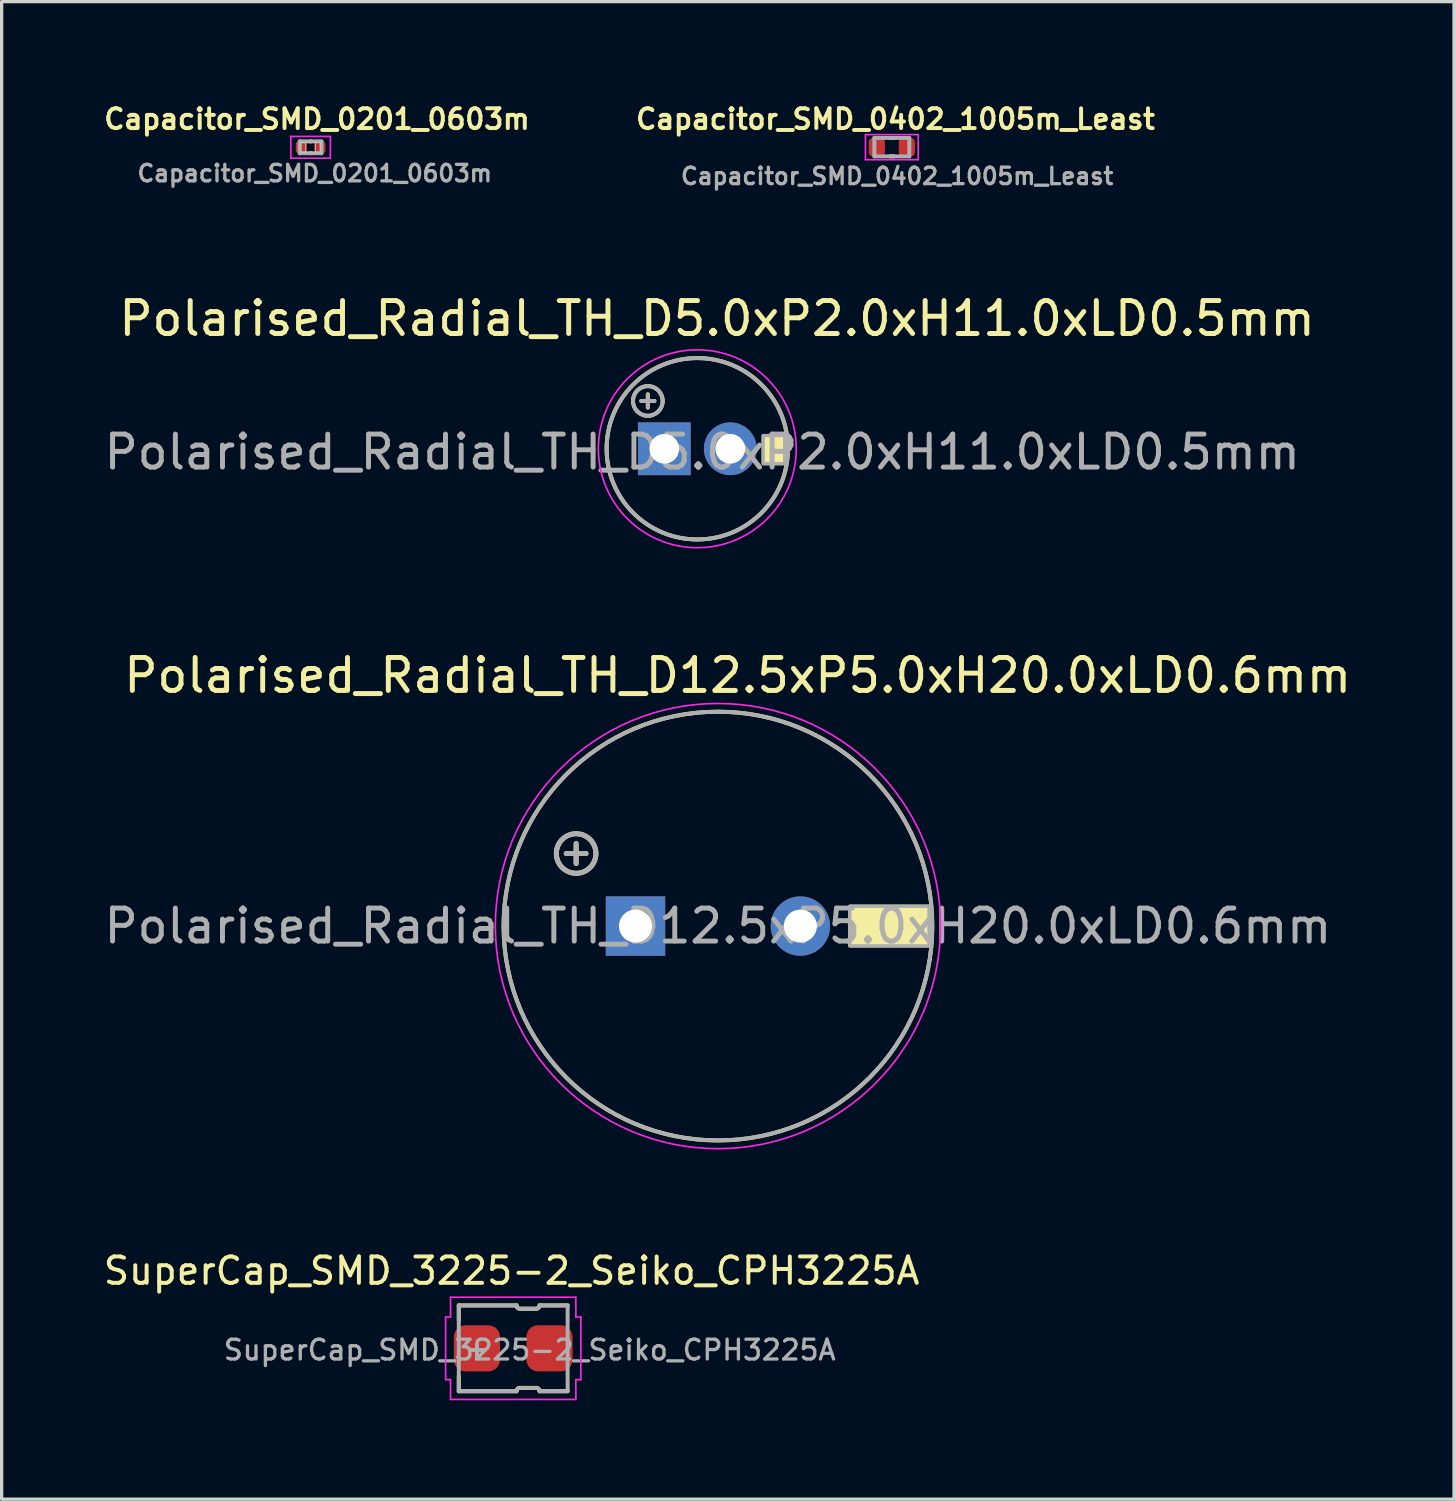
<source format=kicad_pcb>
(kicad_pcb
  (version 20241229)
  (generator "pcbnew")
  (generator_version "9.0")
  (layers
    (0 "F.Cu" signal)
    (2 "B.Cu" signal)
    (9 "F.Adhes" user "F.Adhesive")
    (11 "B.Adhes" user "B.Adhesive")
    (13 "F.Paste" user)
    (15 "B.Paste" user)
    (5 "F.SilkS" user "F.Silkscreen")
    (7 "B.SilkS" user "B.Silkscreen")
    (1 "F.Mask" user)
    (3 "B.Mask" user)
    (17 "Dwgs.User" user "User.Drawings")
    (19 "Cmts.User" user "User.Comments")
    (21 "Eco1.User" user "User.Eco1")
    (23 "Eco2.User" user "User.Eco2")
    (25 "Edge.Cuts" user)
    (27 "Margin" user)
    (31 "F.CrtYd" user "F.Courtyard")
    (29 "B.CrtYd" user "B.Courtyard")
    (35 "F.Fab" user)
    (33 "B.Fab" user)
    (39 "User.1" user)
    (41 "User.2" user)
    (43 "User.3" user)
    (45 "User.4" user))
  (footprint "Capacitor_SMD_0201_0603m"
    (layer "F.Cu")
    (at 6.368 1.417)
    (property "Reference" "Capacitor_SMD_0201_0603m" (at 0.195 -0.855 0) (layer "F.SilkS") (effects (font (size 0.6 0.6) (thickness 0.12))))
    (attr smd)
    (fp_line (start -0.01 -0.18) (end 0.01 -0.18) (stroke (width 0.12) (type solid)) (layer "F.SilkS"))
    (fp_line (start -0.01 0.18) (end 0.01 0.18) (stroke (width 0.12) (type solid)) (layer "F.SilkS"))
    (fp_line (start -0.3 -0.15) (end -0.15 -0.15) (stroke (width 0.025) (type solid)) (layer "Dwgs.User"))
    (fp_line (start -0.3 -0.15) (end 0.3 -0.15) (stroke (width 0.025) (type solid)) (layer "Dwgs.User"))
    (fp_line (start -0.3 0.15) (end -0.3 -0.15) (stroke (width 0.025) (type solid)) (layer "Dwgs.User"))
    (fp_line (start -0.3 0.15) (end -0.3 -0.15) (stroke (width 0.025) (type solid)) (layer "Dwgs.User"))
    (fp_line (start -0.15 -0.15) (end -0.15 0.15) (stroke (width 0.025) (type solid)) (layer "Dwgs.User"))
    (fp_line (start -0.15 0.15) (end -0.3 0.15) (stroke (width 0.025) (type solid)) (layer "Dwgs.User"))
    (fp_line (start 0.15 -0.15) (end 0.3 -0.15) (stroke (width 0.025) (type solid)) (layer "Dwgs.User"))
    (fp_line (start 0.15 0.15) (end 0.15 -0.15) (stroke (width 0.025) (type solid)) (layer "Dwgs.User"))
    (fp_line (start 0.3 -0.15) (end 0.3 0.15) (stroke (width 0.025) (type solid)) (layer "Dwgs.User"))
    (fp_line (start 0.3 -0.15) (end 0.3 0.15) (stroke (width 0.025) (type solid)) (layer "Dwgs.User"))
    (fp_line (start 0.3 0.15) (end -0.3 0.15) (stroke (width 0.025) (type solid)) (layer "Dwgs.User"))
    (fp_line (start 0.3 0.15) (end 0.15 0.15) (stroke (width 0.025) (type solid)) (layer "Dwgs.User"))
    (fp_line (start -0.6 -0.33) (end 0.6 -0.33) (stroke (width 0.05) (type solid)) (layer "F.CrtYd"))
    (fp_line (start -0.6 0.33) (end -0.6 -0.33) (stroke (width 0.05) (type solid)) (layer "F.CrtYd"))
    (fp_line (start 0.6 -0.33) (end 0.6 0.33) (stroke (width 0.05) (type solid)) (layer "F.CrtYd"))
    (fp_line (start 0.6 0.33) (end -0.6 0.33) (stroke (width 0.05) (type solid)) (layer "F.CrtYd"))
    (fp_line (start -0.33 -0.18) (end 0.33 -0.18) (stroke (width 0.12) (type solid)) (layer "F.Fab"))
    (fp_line (start -0.33 0.18) (end -0.33 -0.18) (stroke (width 0.12) (type solid)) (layer "F.Fab"))
    (fp_line (start 0.33 -0.18) (end 0.33 0.18) (stroke (width 0.12) (type solid)) (layer "F.Fab"))
    (fp_line (start 0.33 0.18) (end -0.33 0.18) (stroke (width 0.12) (type solid)) (layer "F.Fab"))
    (fp_text user "${REFERENCE}" (at 0.125 0.79 0) (layer "F.Fab") (effects (font (size 0.5 0.5) (thickness 0.1))))
    (pad "1" smd roundrect (at -0.28 0) (size 0.34 0.36) (layers "F.Cu" "F.Mask" "F.Paste") (roundrect_rratio 0.265))
    (pad "2" smd roundrect (at 0.28 0) (size 0.34 0.36) (layers "F.Cu" "F.Mask" "F.Paste") (roundrect_rratio 0.265)))
  (footprint "SuperCap_SMD_3225-2_Seiko_CPH3225A"
    (layer "F.Cu")
    (at 12.512 37.835)
    (property "Reference" "SuperCap_SMD_3225-2_Seiko_CPH3225A" (at -0.05 -2.35 0) (layer "F.SilkS") (effects (font (size 0.8 0.8) (thickness 0.12))))
    (attr smd)
    (fp_line (start -1.65 -1.3) (end 0.1 -1.3) (stroke (width 0.12) (type solid)) (layer "F.SilkS"))
    (fp_line (start -1.65 -0.85) (end -1.65 -1.3) (stroke (width 0.12) (type solid)) (layer "F.SilkS"))
    (fp_line (start -1.65 1.3) (end -1.65 0.85) (stroke (width 0.12) (type solid)) (layer "F.SilkS"))
    (fp_line (start -1.65 1.3) (end 0.1 1.3) (stroke (width 0.12) (type solid)) (layer "F.SilkS"))
    (fp_line (start 0.2 -1.2) (end 0.7 -1.2) (stroke (width 0.12) (type solid)) (layer "F.SilkS"))
    (fp_line (start 0.2 1.2) (end 0.7 1.2) (stroke (width 0.12) (type solid)) (layer "F.SilkS"))
    (fp_line (start 0.8 -1.3) (end 1.65 -1.3) (stroke (width 0.12) (type solid)) (layer "F.SilkS"))
    (fp_line (start 0.8 1.3) (end 1.65 1.3) (stroke (width 0.12) (type solid)) (layer "F.SilkS"))
    (fp_arc (start 0.1 1.3) (mid 0.129289 1.229289) (end 0.2 1.2) (stroke (width 0.12) (type solid)) (layer "F.SilkS"))
    (fp_arc (start 0.2 -1.2) (mid 0.129289 -1.229289) (end 0.1 -1.3) (stroke (width 0.12) (type solid)) (layer "F.SilkS"))
    (fp_arc (start 0.7 1.2) (mid 0.770711 1.229289) (end 0.8 1.3) (stroke (width 0.12) (type solid)) (layer "F.SilkS"))
    (fp_arc (start 0.8 -1.3) (mid 0.770711 -1.229289) (end 0.7 -1.2) (stroke (width 0.12) (type solid)) (layer "F.SilkS"))
    (fp_line (start -2.05 -0.95) (end -1.9 -0.95) (stroke (width 0.05) (type solid)) (layer "F.CrtYd"))
    (fp_line (start -2.05 0.95) (end -2.05 -0.95) (stroke (width 0.05) (type solid)) (layer "F.CrtYd"))
    (fp_line (start -1.9 -0.95) (end -1.9 -1.55) (stroke (width 0.05) (type solid)) (layer "F.CrtYd"))
    (fp_line (start -1.9 0.95) (end -2.05 0.95) (stroke (width 0.05) (type solid)) (layer "F.CrtYd"))
    (fp_line (start -1.9 1.55) (end -1.9 0.95) (stroke (width 0.05) (type solid)) (layer "F.CrtYd"))
    (fp_line (start 1.9 -1.55) (end -1.9 -1.55) (stroke (width 0.05) (type solid)) (layer "F.CrtYd"))
    (fp_line (start 1.9 -1.55) (end 1.9 -0.95) (stroke (width 0.05) (type solid)) (layer "F.CrtYd"))
    (fp_line (start 1.9 -0.95) (end 2.05 -0.95) (stroke (width 0.05) (type solid)) (layer "F.CrtYd"))
    (fp_line (start 1.9 0.95) (end 1.9 1.55) (stroke (width 0.05) (type solid)) (layer "F.CrtYd"))
    (fp_line (start 1.9 1.55) (end -1.9 1.55) (stroke (width 0.05) (type solid)) (layer "F.CrtYd"))
    (fp_line (start 2.05 -0.95) (end 2.05 0.95) (stroke (width 0.05) (type solid)) (layer "F.CrtYd"))
    (fp_line (start 2.05 0.95) (end 1.9 0.95) (stroke (width 0.05) (type solid)) (layer "F.CrtYd"))
    (fp_line (start -1.65 -1.3) (end 0.1 -1.3) (stroke (width 0.12) (type solid)) (layer "F.Fab"))
    (fp_line (start -1.65 1.3) (end -1.65 -1.3) (stroke (width 0.12) (type solid)) (layer "F.Fab"))
    (fp_line (start -1.65 1.3) (end 0.1 1.3) (stroke (width 0.12) (type solid)) (layer "F.Fab"))
    (fp_line (start -1.1 0.25) (end -1.1 -0.15) (stroke (width 0.12) (type solid)) (layer "F.Fab"))
    (fp_line (start -0.9 0.05) (end -1.3 0.05) (stroke (width 0.12) (type solid)) (layer "F.Fab"))
    (fp_line (start 0.2 -1.2) (end 0.7 -1.2) (stroke (width 0.12) (type solid)) (layer "F.Fab"))
    (fp_line (start 0.2 1.2) (end 0.7 1.2) (stroke (width 0.12) (type solid)) (layer "F.Fab"))
    (fp_line (start 0.8 -1.3) (end 1.65 -1.3) (stroke (width 0.12) (type solid)) (layer "F.Fab"))
    (fp_line (start 0.8 1.3) (end 1.65 1.3) (stroke (width 0.12) (type solid)) (layer "F.Fab"))
    (fp_line (start 1.65 -1.3) (end 1.65 1.3) (stroke (width 0.12) (type solid)) (layer "F.Fab"))
    (fp_arc (start 0.1 1.3) (mid 0.129289 1.229289) (end 0.2 1.2) (stroke (width 0.12) (type solid)) (layer "F.Fab"))
    (fp_arc (start 0.2 -1.2) (mid 0.129289 -1.229289) (end 0.1 -1.3) (stroke (width 0.12) (type solid)) (layer "F.Fab"))
    (fp_arc (start 0.7 1.2) (mid 0.770711 1.229289) (end 0.8 1.3) (stroke (width 0.12) (type solid)) (layer "F.Fab"))
    (fp_arc (start 0.8 -1.3) (mid 0.770711 -1.229289) (end 0.7 -1.2) (stroke (width 0.12) (type solid)) (layer "F.Fab"))
    (fp_text user "${REFERENCE}" (at 0.5 0.05 0) (layer "F.Fab") (effects (font (size 0.6 0.6) (thickness 0.1))))
    (pad "1" smd roundrect (at -1.1 0) (size 1.4 1.4) (layers "F.Cu" "F.Mask" "F.Paste") (roundrect_rratio 0.25))
    (pad "2" smd roundrect (at 1.1 0) (size 1.4 1.4) (layers "F.Cu" "F.Mask" "F.Paste") (roundrect_rratio 0.25)))
  (footprint "Capacitor_SMD_0402_1005m_Least"
    (layer "F.Cu")
    (at 23.993 1.412)
    (property "Reference" "Capacitor_SMD_0402_1005m_Least" (at 0.11 -0.85 0) (layer "F.SilkS") (effects (font (size 0.6 0.6) (thickness 0.12))))
    (attr smd)
    (fp_line (start -0.06 -0.28) (end 0.06 -0.28) (stroke (width 0.12) (type solid)) (layer "F.SilkS"))
    (fp_line (start -0.06 0.28) (end 0.06 0.28) (stroke (width 0.12) (type solid)) (layer "F.SilkS"))
    (fp_line (start -0.8 -0.38) (end 0.8 -0.38) (stroke (width 0.05) (type solid)) (layer "F.CrtYd"))
    (fp_line (start -0.8 0.38) (end -0.8 -0.38) (stroke (width 0.05) (type solid)) (layer "F.CrtYd"))
    (fp_line (start 0.8 -0.38) (end 0.8 0.38) (stroke (width 0.05) (type solid)) (layer "F.CrtYd"))
    (fp_line (start 0.8 0.38) (end -0.8 0.38) (stroke (width 0.05) (type solid)) (layer "F.CrtYd"))
    (fp_line (start -0.53 -0.28) (end 0.53 -0.28) (stroke (width 0.12) (type solid)) (layer "F.Fab"))
    (fp_line (start -0.53 0.28) (end -0.53 -0.28) (stroke (width 0.12) (type solid)) (layer "F.Fab"))
    (fp_line (start 0.53 -0.28) (end 0.53 0.28) (stroke (width 0.12) (type solid)) (layer "F.Fab"))
    (fp_line (start 0.53 0.28) (end -0.53 0.28) (stroke (width 0.12) (type solid)) (layer "F.Fab"))
    (fp_text user "${REFERENCE}" (at 0.16 0.88 0) (layer "F.Fab") (effects (font (size 0.5 0.5) (thickness 0.1))))
    (pad "1" smd roundrect (at -0.455 0) (size 0.49 0.56) (layers "F.Cu" "F.Mask" "F.Paste") (roundrect_rratio 0.245))
    (pad "2" smd roundrect (at 0.455 0) (size 0.49 0.56) (layers "F.Cu" "F.Mask" "F.Paste") (roundrect_rratio 0.245)))
  (footprint "Polarised_Radial_TH_D12.5xP5.0xH20.0xLD0.6mm"
    (layer "F.Cu")
    (at 16.22 25.031)
    (property "Reference" "Polarised_Radial_TH_D12.5xP5.0xH20.0xLD0.6mm" (at 3.1 -7.6 0) (unlocked yes) (layer "F.SilkS") (effects (font (size 1 1) (thickness 0.15))))
    (attr through_hole)
    (fp_line (start -2.1 -2.2) (end -1.5 -2.2) (stroke (width 0.15) (type solid)) (layer "F.SilkS"))
    (fp_line (start -1.8 -2.5) (end -1.8 -1.9) (stroke (width 0.15) (type solid)) (layer "F.SilkS"))
    (fp_circle (center -1.8 -2.2) (end -1.2 -2.2) (stroke (width 0.15) (type solid)) (fill no) (layer "F.SilkS"))
    (fp_circle (center 2.5 0) (end 9 0) (stroke (width 0.12) (type solid)) (fill no) (layer "F.SilkS"))
    (fp_poly (pts (xy 6.5 -0.6) (xy 6.5 0.6) (xy 8.9 0.6) (xy 8.9 -0.6)) (stroke (width 0.1) (type solid)) (fill yes) (layer "F.SilkS"))
    (fp_circle (center 2.5 0) (end 9.25 0) (stroke (width 0.05) (type solid)) (fill no) (layer "F.CrtYd"))
    (fp_line (start -2.1 -2.2) (end -1.5 -2.2) (stroke (width 0.15) (type solid)) (layer "F.Fab"))
    (fp_line (start -1.8 -2.5) (end -1.8 -1.9) (stroke (width 0.15) (type solid)) (layer "F.Fab"))
    (fp_circle (center -1.8 -2.2) (end -1.2 -2.2) (stroke (width 0.15) (type solid)) (fill no) (layer "F.Fab"))
    (fp_circle (center 2.5 0) (end 9 0) (stroke (width 0.12) (type solid)) (fill no) (layer "F.Fab"))
    (fp_poly (pts (xy 6.5 -0.6) (xy 6.5 0.6) (xy 8.9 0.6) (xy 8.9 -0.6)) (stroke (width 0.1) (type solid)) (fill no) (layer "F.Fab"))
    (fp_text user "${REFERENCE}" (at 2.5 0 0) (layer "F.Fab") (effects (font (size 1 1) (thickness 0.15))))
    (pad "1" thru_hole rect (at 0 0) (size 1.8 1.8) (drill 1) (layers "*.Cu" "*.Mask"))
    (pad "2" thru_hole circle (at 5 0) (size 1.8 1.8) (drill 1) (layers "*.Cu" "*.Mask")))
  (footprint "Polarised_Radial_TH_D5.0xP2.0xH11.0xLD0.5mm"
    (layer "F.Cu")
    (at 17.094 10.558)
    (property "Reference" "Polarised_Radial_TH_D5.0xP2.0xH11.0xLD0.5mm" (at 1.6 -3.95 0) (unlocked yes) (layer "F.SilkS") (effects (font (size 1 1) (thickness 0.15))))
    (attr through_hole)
    (fp_line (start -0.7 -1.45) (end -0.3 -1.45) (stroke (width 0.12) (type solid)) (layer "F.SilkS"))
    (fp_line (start -0.5 -1.65) (end -0.5 -1.25) (stroke (width 0.12) (type solid)) (layer "F.SilkS"))
    (fp_circle (center -0.5 -1.45) (end -0.05 -1.45) (stroke (width 0.12) (type solid)) (fill no) (layer "F.SilkS"))
    (fp_circle (center 1 0) (end 3.75 0) (stroke (width 0.12) (type solid)) (fill no) (layer "F.SilkS"))
    (fp_poly (pts (xy 3 -0.4) (xy 3 0.45) (xy 3.65 0.45) (xy 3.65 -0.4)) (stroke (width 0.1) (type solid)) (fill yes) (layer "F.SilkS"))
    (fp_circle (center 1 0) (end 4 0) (stroke (width 0.05) (type solid)) (fill no) (layer "F.CrtYd"))
    (fp_line (start -0.7 -1.45) (end -0.3 -1.45) (stroke (width 0.12) (type solid)) (layer "F.Fab"))
    (fp_line (start -0.5 -1.65) (end -0.5 -1.25) (stroke (width 0.12) (type solid)) (layer "F.Fab"))
    (fp_circle (center -0.5 -1.45) (end -0.05 -1.45) (stroke (width 0.12) (type solid)) (fill no) (layer "F.Fab"))
    (fp_circle (center 1 0) (end 3.75 0) (stroke (width 0.12) (type solid)) (fill no) (layer "F.Fab"))
    (fp_poly (pts (xy 3 -0.4) (xy 3 0.45) (xy 3.65 0.45) (xy 3.65 -0.4)) (stroke (width 0.1) (type solid)) (fill no) (layer "F.Fab"))
    (fp_text user "${REFERENCE}" (at 1.15 0.1 0) (layer "F.Fab") (effects (font (size 1 1) (thickness 0.15))))
    (pad "1" thru_hole rect (at 0 0) (size 1.6 1.6) (drill 0.9) (layers "*.Cu" "*.Mask"))
    (pad "2" thru_hole circle (at 2 0) (size 1.6 1.6) (drill 0.9) (layers "*.Cu" "*.Mask")))
  (gr_rect
    (start -3 -3)
    (end 41.04 42.41)
    (stroke (width 0.1) (type default))
    (fill no)
    (layer "Edge.Cuts")))
</source>
